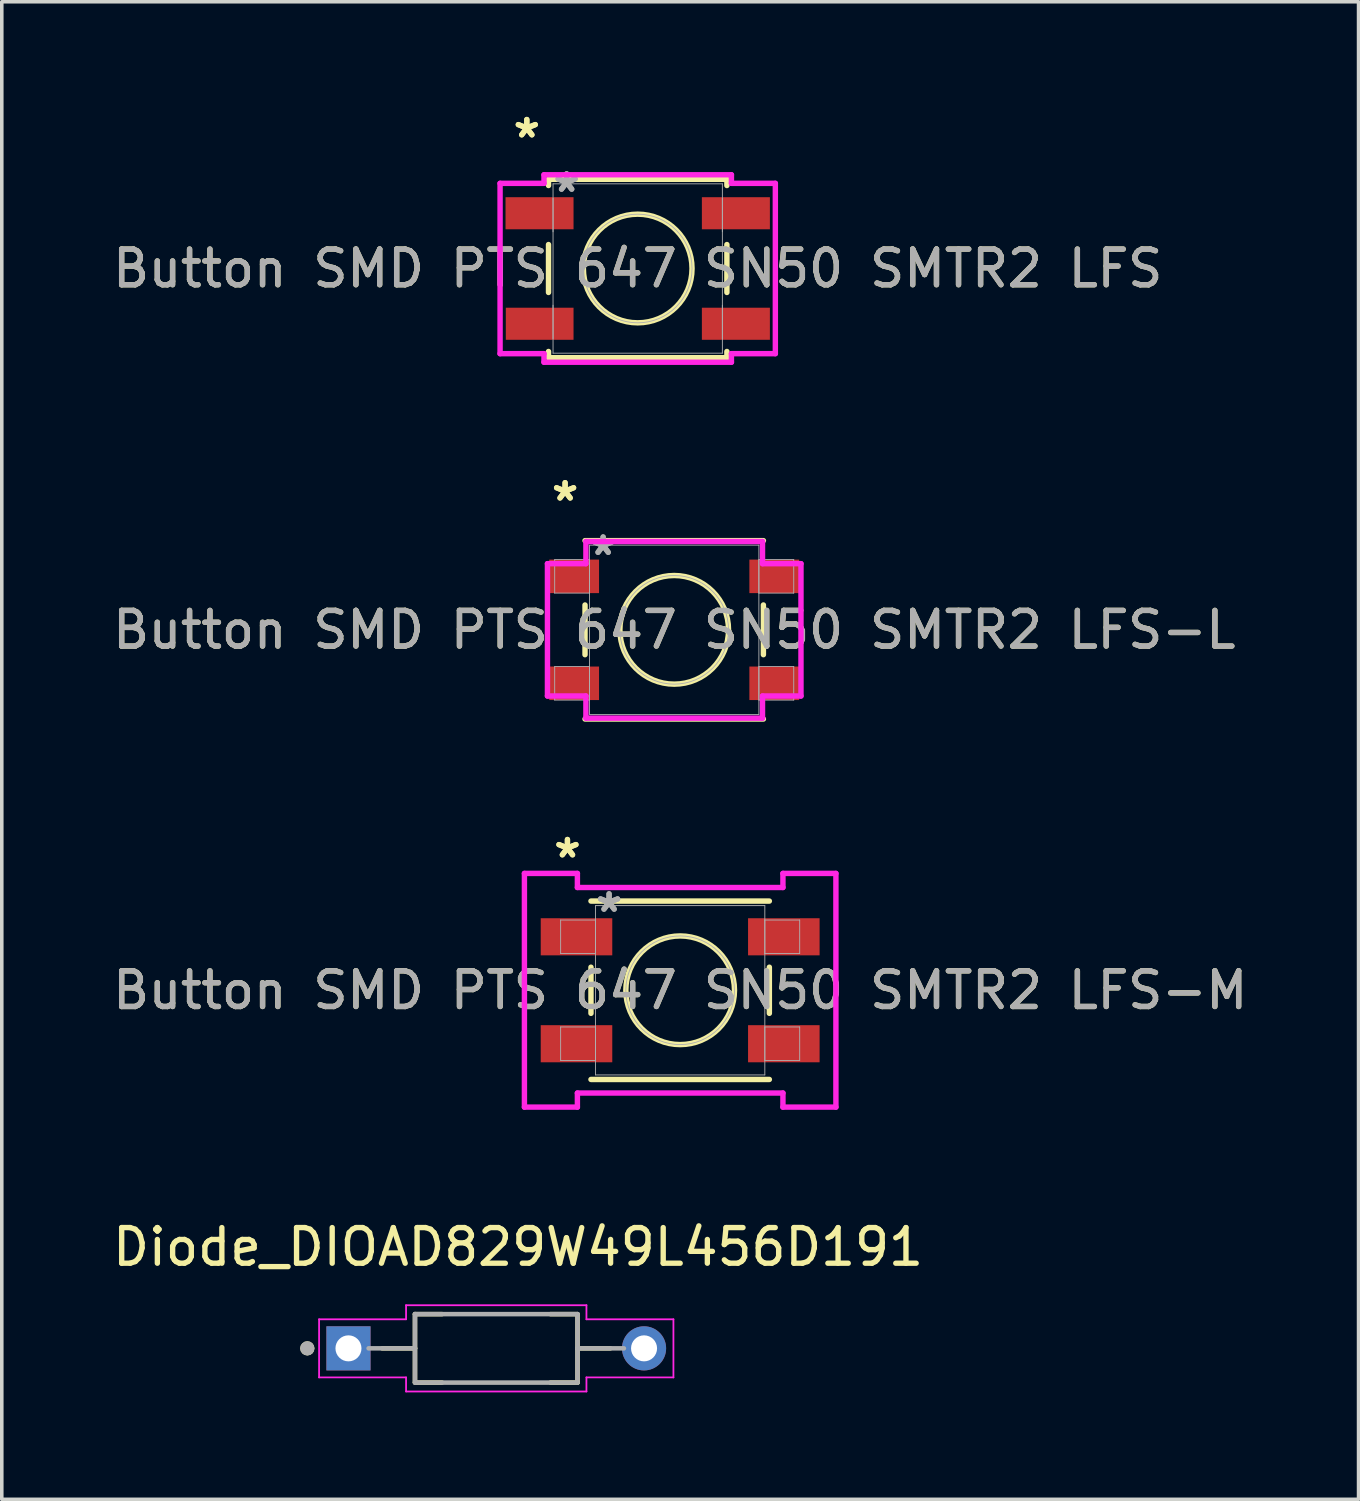
<source format=kicad_pcb>
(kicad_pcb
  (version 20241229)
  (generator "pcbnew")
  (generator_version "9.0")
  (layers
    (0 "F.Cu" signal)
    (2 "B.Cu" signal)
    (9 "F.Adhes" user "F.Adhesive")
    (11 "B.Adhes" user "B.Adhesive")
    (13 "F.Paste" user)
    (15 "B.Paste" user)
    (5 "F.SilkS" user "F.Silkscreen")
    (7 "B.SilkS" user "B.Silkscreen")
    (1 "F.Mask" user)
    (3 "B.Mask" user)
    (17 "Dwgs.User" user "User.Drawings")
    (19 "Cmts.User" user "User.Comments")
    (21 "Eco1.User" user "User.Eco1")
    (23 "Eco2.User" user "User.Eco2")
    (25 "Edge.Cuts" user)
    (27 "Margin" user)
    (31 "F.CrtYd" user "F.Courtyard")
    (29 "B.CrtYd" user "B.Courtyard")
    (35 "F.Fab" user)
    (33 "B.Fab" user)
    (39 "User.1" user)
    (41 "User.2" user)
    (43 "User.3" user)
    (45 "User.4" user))
  (footprint "Diode_DIOAD829W49L456D191"
    (layer "F.Cu")
    (at 10.871 34.774)
    (property "Reference" "Diode_DIOAD829W49L456D191" (at 0.612 -2.843 0) (layer "F.SilkS") (effects (font (size 1 1) (thickness 0.15))))
    (attr through_hole)
    (fp_line (start -2.28 -0.96) (end -2.28 0) (stroke (width 0.127) (type solid)) (layer "F.SilkS"))
    (fp_line (start -2.28 -0.96) (end -1.52 -0.96) (stroke (width 0.127) (type solid)) (layer "F.SilkS"))
    (fp_line (start -2.28 0) (end -3.2 0) (stroke (width 0.127) (type solid)) (layer "F.SilkS"))
    (fp_line (start -2.28 0) (end -2.28 0.95) (stroke (width 0.127) (type solid)) (layer "F.SilkS"))
    (fp_line (start -2.28 0.96) (end -1.52 0.96) (stroke (width 0.127) (type solid)) (layer "F.SilkS"))
    (fp_line (start 1.52 -0.96) (end 2.28 -0.96) (stroke (width 0.127) (type solid)) (layer "F.SilkS"))
    (fp_line (start 1.52 0.96) (end 2.28 0.96) (stroke (width 0.127) (type solid)) (layer "F.SilkS"))
    (fp_line (start 2.28 -0.95) (end 2.28 0) (stroke (width 0.127) (type solid)) (layer "F.SilkS"))
    (fp_line (start 2.28 0) (end 2.28 0.96) (stroke (width 0.127) (type solid)) (layer "F.SilkS"))
    (fp_line (start 3.2 0) (end 2.28 0) (stroke (width 0.127) (type solid)) (layer "F.SilkS"))
    (fp_circle (center -5.3 0) (end -5.2 0) (stroke (width 0.2) (type solid)) (fill no) (layer "F.SilkS"))
    (fp_line (start -4.97 -0.815) (end -4.97 0.815) (stroke (width 0.05) (type solid)) (layer "F.CrtYd"))
    (fp_line (start -2.53 -1.21) (end -2.53 -0.815) (stroke (width 0.05) (type solid)) (layer "F.CrtYd"))
    (fp_line (start -2.53 -1.21) (end 2.53 -1.21) (stroke (width 0.05) (type solid)) (layer "F.CrtYd"))
    (fp_line (start -2.53 -0.815) (end -4.97 -0.815) (stroke (width 0.05) (type solid)) (layer "F.CrtYd"))
    (fp_line (start -2.53 0.815) (end -4.97 0.815) (stroke (width 0.05) (type solid)) (layer "F.CrtYd"))
    (fp_line (start -2.53 1.21) (end -2.53 0.815) (stroke (width 0.05) (type solid)) (layer "F.CrtYd"))
    (fp_line (start 2.53 -1.21) (end 2.53 -0.815) (stroke (width 0.05) (type solid)) (layer "F.CrtYd"))
    (fp_line (start 2.53 1.21) (end -2.53 1.21) (stroke (width 0.05) (type solid)) (layer "F.CrtYd"))
    (fp_line (start 2.53 1.21) (end 2.53 0.815) (stroke (width 0.05) (type solid)) (layer "F.CrtYd"))
    (fp_line (start 4.97 -0.815) (end 2.53 -0.815) (stroke (width 0.05) (type solid)) (layer "F.CrtYd"))
    (fp_line (start 4.97 -0.815) (end 4.97 0.815) (stroke (width 0.05) (type solid)) (layer "F.CrtYd"))
    (fp_line (start 4.97 0.815) (end 2.53 0.815) (stroke (width 0.05) (type solid)) (layer "F.CrtYd"))
    (fp_line (start -3.581 0) (end -2.28 0) (stroke (width 0.127) (type solid)) (layer "F.Fab"))
    (fp_line (start -2.28 -0.96) (end -2.28 0) (stroke (width 0.127) (type solid)) (layer "F.Fab"))
    (fp_line (start -2.28 -0.96) (end 2.28 -0.96) (stroke (width 0.127) (type solid)) (layer "F.Fab"))
    (fp_line (start -2.28 0) (end -2.28 0.96) (stroke (width 0.127) (type solid)) (layer "F.Fab"))
    (fp_line (start -2.28 0.96) (end 2.28 0.96) (stroke (width 0.127) (type solid)) (layer "F.Fab"))
    (fp_line (start 2.28 -0.96) (end 2.28 0) (stroke (width 0.127) (type solid)) (layer "F.Fab"))
    (fp_line (start 2.28 0) (end 2.28 0.96) (stroke (width 0.127) (type solid)) (layer "F.Fab"))
    (fp_line (start 2.28 0) (end 3.581 0) (stroke (width 0.127) (type solid)) (layer "F.Fab"))
    (fp_circle (center -5.3 0) (end -5.2 0) (stroke (width 0.2) (type solid)) (fill no) (layer "F.Fab"))
    (pad "1" thru_hole rect (at -4.146 0) (size 1.238 1.238) (drill 0.73) (layers "*.Cu" "*.Mask"))
    (pad "2" thru_hole circle (at 4.146 0) (size 1.238 1.238) (drill 0.73) (layers "*.Cu" "*.Mask")))
  (footprint "Button SMD PTS 647 SN50 SMTR2 LFS-L"
    (layer "F.Cu")
    (at 15.863 14.618)
    (property "Reference" "Button SMD PTS 647 SN50 SMTR2 LFS-L" (at 0 0 0) (unlocked yes) (layer "F.SilkS") (effects (font (size 1 1) (thickness 0.15))))
    (attr smd)
    (fp_line (start -2.502 -0.697) (end -2.502 0.697) (stroke (width 0.152) (type solid)) (layer "F.SilkS"))
    (fp_line (start -2.502 2.502) (end 2.502 2.502) (stroke (width 0.152) (type solid)) (layer "F.SilkS"))
    (fp_line (start 2.502 -2.502) (end -2.502 -2.502) (stroke (width 0.152) (type solid)) (layer "F.SilkS"))
    (fp_line (start 2.502 0.697) (end 2.502 -0.697) (stroke (width 0.152) (type solid)) (layer "F.SilkS"))
    (fp_circle (center 0 0) (end 1.524 0) (stroke (width 0.152) (type solid)) (fill no) (layer "F.SilkS"))
    (fp_line (start -3.556 -1.856) (end -2.477 -1.856) (stroke (width 0.152) (type solid)) (layer "F.CrtYd"))
    (fp_line (start -3.556 1.856) (end -3.556 -1.856) (stroke (width 0.152) (type solid)) (layer "F.CrtYd"))
    (fp_line (start -2.477 -2.477) (end 2.477 -2.477) (stroke (width 0.152) (type solid)) (layer "F.CrtYd"))
    (fp_line (start -2.477 -1.856) (end -2.477 -2.477) (stroke (width 0.152) (type solid)) (layer "F.CrtYd"))
    (fp_line (start -2.477 1.856) (end -3.556 1.856) (stroke (width 0.152) (type solid)) (layer "F.CrtYd"))
    (fp_line (start -2.477 2.477) (end -2.477 1.856) (stroke (width 0.152) (type solid)) (layer "F.CrtYd"))
    (fp_line (start 2.477 -2.477) (end 2.477 -1.856) (stroke (width 0.152) (type solid)) (layer "F.CrtYd"))
    (fp_line (start 2.477 -1.856) (end 3.556 -1.856) (stroke (width 0.152) (type solid)) (layer "F.CrtYd"))
    (fp_line (start 2.477 1.856) (end 2.477 2.477) (stroke (width 0.152) (type solid)) (layer "F.CrtYd"))
    (fp_line (start 2.477 2.477) (end -2.477 2.477) (stroke (width 0.152) (type solid)) (layer "F.CrtYd"))
    (fp_line (start 3.556 -1.856) (end 3.556 1.856) (stroke (width 0.152) (type solid)) (layer "F.CrtYd"))
    (fp_line (start 3.556 1.856) (end 2.477 1.856) (stroke (width 0.152) (type solid)) (layer "F.CrtYd"))
    (fp_line (start -3.353 -1.97) (end -3.353 -1.03) (stroke (width 0.025) (type solid)) (layer "F.Fab"))
    (fp_line (start -3.353 -1.03) (end -2.375 -1.03) (stroke (width 0.025) (type solid)) (layer "F.Fab"))
    (fp_line (start -3.353 1.03) (end -3.353 1.97) (stroke (width 0.025) (type solid)) (layer "F.Fab"))
    (fp_line (start -3.353 1.97) (end -2.375 1.97) (stroke (width 0.025) (type solid)) (layer "F.Fab"))
    (fp_line (start -2.375 -2.375) (end -2.375 2.375) (stroke (width 0.025) (type solid)) (layer "F.Fab"))
    (fp_line (start -2.375 -1.97) (end -3.353 -1.97) (stroke (width 0.025) (type solid)) (layer "F.Fab"))
    (fp_line (start -2.375 -1.03) (end -2.375 -1.97) (stroke (width 0.025) (type solid)) (layer "F.Fab"))
    (fp_line (start -2.375 1.03) (end -3.353 1.03) (stroke (width 0.025) (type solid)) (layer "F.Fab"))
    (fp_line (start -2.375 1.97) (end -2.375 1.03) (stroke (width 0.025) (type solid)) (layer "F.Fab"))
    (fp_line (start -2.375 2.375) (end 2.375 2.375) (stroke (width 0.025) (type solid)) (layer "F.Fab"))
    (fp_line (start 2.375 -2.375) (end -2.375 -2.375) (stroke (width 0.025) (type solid)) (layer "F.Fab"))
    (fp_line (start 2.375 -1.97) (end 2.375 -1.03) (stroke (width 0.025) (type solid)) (layer "F.Fab"))
    (fp_line (start 2.375 -1.03) (end 3.353 -1.03) (stroke (width 0.025) (type solid)) (layer "F.Fab"))
    (fp_line (start 2.375 1.03) (end 2.375 1.97) (stroke (width 0.025) (type solid)) (layer "F.Fab"))
    (fp_line (start 2.375 1.97) (end 3.353 1.97) (stroke (width 0.025) (type solid)) (layer "F.Fab"))
    (fp_line (start 2.375 2.375) (end 2.375 -2.375) (stroke (width 0.025) (type solid)) (layer "F.Fab"))
    (fp_line (start 3.353 -1.97) (end 2.375 -1.97) (stroke (width 0.025) (type solid)) (layer "F.Fab"))
    (fp_line (start 3.353 -1.03) (end 3.353 -1.97) (stroke (width 0.025) (type solid)) (layer "F.Fab"))
    (fp_line (start 3.353 1.03) (end 2.375 1.03) (stroke (width 0.025) (type solid)) (layer "F.Fab"))
    (fp_line (start 3.353 1.97) (end 3.353 1.03) (stroke (width 0.025) (type solid)) (layer "F.Fab"))
    (fp_circle (center 0 0) (end 1.524 0) (stroke (width 0.025) (type solid)) (fill no) (layer "F.Fab"))
    (fp_text user "*" (at -3.061 -3.583 0) (unlocked yes) (layer "F.SilkS") (effects (font (size 1 1) (thickness 0.15))))
    (fp_text user "*" (at -3.061 -3.583 0) (layer "F.SilkS") (effects (font (size 1 1) (thickness 0.15))))
    (fp_text user "${REFERENCE}" (at 0 0 0) (unlocked yes) (layer "F.Fab") (effects (font (size 1 1) (thickness 0.15))))
    (fp_text user "*" (at -1.994 -2.059 0) (unlocked yes) (layer "F.Fab") (effects (font (size 1 1) (thickness 0.15))))
    (fp_text user "*" (at -1.994 -2.059 0) (layer "F.Fab") (effects (font (size 1 1) (thickness 0.15))))
    (pad "1" smd rect (at -2.807 -1.5) (size 1.397 0.94) (layers "F.Cu" "F.Mask" "F.Paste"))
    (pad "2" smd rect (at 2.807 -1.5) (size 1.397 0.94) (layers "F.Cu" "F.Mask" "F.Paste"))
    (pad "3" smd rect (at -2.807 1.5) (size 1.397 0.94) (layers "F.Cu" "F.Mask" "F.Paste"))
    (pad "4" smd rect (at 2.807 1.5) (size 1.397 0.94) (layers "F.Cu" "F.Mask" "F.Paste")))
  (footprint "Button SMD PTS 647 SN50 SMTR2 LFS"
    (layer "F.Cu")
    (at 14.839 4.482)
    (property "Reference" "Button SMD PTS 647 SN50 SMTR2 LFS" (at 0 0 0) (unlocked yes) (layer "F.SilkS") (effects (font (size 1 1) (thickness 0.15))))
    (attr smd)
    (fp_line (start -2.502 -2.502) (end -2.502 -2.328) (stroke (width 0.152) (type solid)) (layer "F.SilkS"))
    (fp_line (start -2.502 -0.672) (end -2.502 0.672) (stroke (width 0.152) (type solid)) (layer "F.SilkS"))
    (fp_line (start -2.502 2.328) (end -2.502 2.502) (stroke (width 0.152) (type solid)) (layer "F.SilkS"))
    (fp_line (start -2.502 2.502) (end 2.502 2.502) (stroke (width 0.152) (type solid)) (layer "F.SilkS"))
    (fp_line (start 2.502 -2.502) (end -2.502 -2.502) (stroke (width 0.152) (type solid)) (layer "F.SilkS"))
    (fp_line (start 2.502 -2.328) (end 2.502 -2.502) (stroke (width 0.152) (type solid)) (layer "F.SilkS"))
    (fp_line (start 2.502 0.672) (end 2.502 -0.672) (stroke (width 0.152) (type solid)) (layer "F.SilkS"))
    (fp_line (start 2.502 2.502) (end 2.502 2.328) (stroke (width 0.152) (type solid)) (layer "F.SilkS"))
    (fp_circle (center 0 0) (end 1.524 0) (stroke (width 0.152) (type solid)) (fill no) (layer "F.SilkS"))
    (fp_line (start -3.861 -2.389) (end -2.629 -2.389) (stroke (width 0.152) (type solid)) (layer "F.CrtYd"))
    (fp_line (start -3.861 2.389) (end -3.861 -2.389) (stroke (width 0.152) (type solid)) (layer "F.CrtYd"))
    (fp_line (start -2.629 -2.629) (end 2.629 -2.629) (stroke (width 0.152) (type solid)) (layer "F.CrtYd"))
    (fp_line (start -2.629 -2.389) (end -2.629 -2.629) (stroke (width 0.152) (type solid)) (layer "F.CrtYd"))
    (fp_line (start -2.629 2.389) (end -3.861 2.389) (stroke (width 0.152) (type solid)) (layer "F.CrtYd"))
    (fp_line (start -2.629 2.629) (end -2.629 2.389) (stroke (width 0.152) (type solid)) (layer "F.CrtYd"))
    (fp_line (start 2.629 -2.629) (end 2.629 -2.389) (stroke (width 0.152) (type solid)) (layer "F.CrtYd"))
    (fp_line (start 2.629 -2.389) (end 3.861 -2.389) (stroke (width 0.152) (type solid)) (layer "F.CrtYd"))
    (fp_line (start 2.629 2.389) (end 2.629 2.629) (stroke (width 0.152) (type solid)) (layer "F.CrtYd"))
    (fp_line (start 2.629 2.629) (end -2.629 2.629) (stroke (width 0.152) (type solid)) (layer "F.CrtYd"))
    (fp_line (start 3.861 -2.389) (end 3.861 2.389) (stroke (width 0.152) (type solid)) (layer "F.CrtYd"))
    (fp_line (start 3.861 2.389) (end 2.629 2.389) (stroke (width 0.152) (type solid)) (layer "F.CrtYd"))
    (fp_line (start -2.375 -2.375) (end -2.375 2.375) (stroke (width 0.025) (type solid)) (layer "F.Fab"))
    (fp_line (start -2.375 -1.03) (end -2.375 -1.97) (stroke (width 0.025) (type solid)) (layer "F.Fab"))
    (fp_line (start -2.375 1.97) (end -2.375 1.03) (stroke (width 0.025) (type solid)) (layer "F.Fab"))
    (fp_line (start -2.375 2.375) (end 2.375 2.375) (stroke (width 0.025) (type solid)) (layer "F.Fab"))
    (fp_line (start 2.375 -2.375) (end -2.375 -2.375) (stroke (width 0.025) (type solid)) (layer "F.Fab"))
    (fp_line (start 2.375 -1.97) (end 2.375 -1.03) (stroke (width 0.025) (type solid)) (layer "F.Fab"))
    (fp_line (start 2.375 1.03) (end 2.375 1.97) (stroke (width 0.025) (type solid)) (layer "F.Fab"))
    (fp_line (start 2.375 2.375) (end 2.375 -2.375) (stroke (width 0.025) (type solid)) (layer "F.Fab"))
    (fp_circle (center 0 0) (end 1.524 0) (stroke (width 0.025) (type solid)) (fill no) (layer "F.Fab"))
    (fp_text user "*" (at -3.111 -3.634 0) (layer "F.SilkS") (effects (font (size 1 1) (thickness 0.15))))
    (fp_text user "*" (at -3.111 -3.634 0) (unlocked yes) (layer "F.SilkS") (effects (font (size 1 1) (thickness 0.15))))
    (fp_text user "*" (at -1.994 -2.11 0) (unlocked yes) (layer "F.Fab") (effects (font (size 1 1) (thickness 0.15))))
    (fp_text user "*" (at -1.994 -2.11 0) (layer "F.Fab") (effects (font (size 1 1) (thickness 0.15))))
    (fp_text user "${REFERENCE}" (at 0 0 0) (unlocked yes) (layer "F.Fab") (effects (font (size 1 1) (thickness 0.15))))
    (pad "1" smd rect (at -2.754 -1.55) (size 1.908 0.9) (layers "F.Cu" "F.Mask" "F.Paste"))
    (pad "2" smd rect (at 2.754 -1.55) (size 1.908 0.9) (layers "F.Cu" "F.Mask" "F.Paste"))
    (pad "3" smd rect (at -2.75 1.55) (size 1.9 0.9) (layers "F.Cu" "F.Mask" "F.Paste"))
    (pad "4" smd rect (at 2.754 1.55) (size 1.908 0.9) (layers "F.Cu" "F.Mask" "F.Paste")))
  (footprint "Button SMD PTS 647 SN50 SMTR2 LFS-M"
    (layer "F.Cu")
    (at 16.03 24.729)
    (property "Reference" "Button SMD PTS 647 SN50 SMTR2 LFS-M" (at 0 0 0) (unlocked yes) (layer "F.SilkS") (effects (font (size 1 1) (thickness 0.15))))
    (attr smd)
    (fp_line (start -2.502 -0.647) (end -2.502 0.647) (stroke (width 0.152) (type solid)) (layer "F.SilkS"))
    (fp_line (start -2.502 2.502) (end 2.502 2.502) (stroke (width 0.152) (type solid)) (layer "F.SilkS"))
    (fp_line (start 2.502 -2.502) (end -2.502 -2.502) (stroke (width 0.152) (type solid)) (layer "F.SilkS"))
    (fp_line (start 2.502 0.647) (end 2.502 -0.647) (stroke (width 0.152) (type solid)) (layer "F.SilkS"))
    (fp_circle (center 0 0) (end 1.524 0) (stroke (width 0.152) (type solid)) (fill no) (layer "F.SilkS"))
    (fp_line (start -4.369 -3.278) (end -2.883 -3.278) (stroke (width 0.152) (type solid)) (layer "F.CrtYd"))
    (fp_line (start -4.369 3.278) (end -4.369 -3.278) (stroke (width 0.152) (type solid)) (layer "F.CrtYd"))
    (fp_line (start -2.883 -3.278) (end -2.883 -2.883) (stroke (width 0.152) (type solid)) (layer "F.CrtYd"))
    (fp_line (start -2.883 -2.883) (end 2.883 -2.883) (stroke (width 0.152) (type solid)) (layer "F.CrtYd"))
    (fp_line (start -2.883 2.883) (end -2.883 3.278) (stroke (width 0.152) (type solid)) (layer "F.CrtYd"))
    (fp_line (start -2.883 3.278) (end -4.369 3.278) (stroke (width 0.152) (type solid)) (layer "F.CrtYd"))
    (fp_line (start 2.883 -3.278) (end 4.369 -3.278) (stroke (width 0.152) (type solid)) (layer "F.CrtYd"))
    (fp_line (start 2.883 -2.883) (end 2.883 -3.278) (stroke (width 0.152) (type solid)) (layer "F.CrtYd"))
    (fp_line (start 2.883 2.883) (end -2.883 2.883) (stroke (width 0.152) (type solid)) (layer "F.CrtYd"))
    (fp_line (start 2.883 3.278) (end 2.883 2.883) (stroke (width 0.152) (type solid)) (layer "F.CrtYd"))
    (fp_line (start 4.369 -3.278) (end 4.369 3.278) (stroke (width 0.152) (type solid)) (layer "F.CrtYd"))
    (fp_line (start 4.369 3.278) (end 2.883 3.278) (stroke (width 0.152) (type solid)) (layer "F.CrtYd"))
    (fp_line (start -3.353 -1.97) (end -3.353 -1.03) (stroke (width 0.025) (type solid)) (layer "F.Fab"))
    (fp_line (start -3.353 -1.03) (end -2.375 -1.03) (stroke (width 0.025) (type solid)) (layer "F.Fab"))
    (fp_line (start -3.353 1.03) (end -3.353 1.97) (stroke (width 0.025) (type solid)) (layer "F.Fab"))
    (fp_line (start -3.353 1.97) (end -2.375 1.97) (stroke (width 0.025) (type solid)) (layer "F.Fab"))
    (fp_line (start -2.375 -2.375) (end -2.375 2.375) (stroke (width 0.025) (type solid)) (layer "F.Fab"))
    (fp_line (start -2.375 -1.97) (end -3.353 -1.97) (stroke (width 0.025) (type solid)) (layer "F.Fab"))
    (fp_line (start -2.375 -1.03) (end -2.375 -1.97) (stroke (width 0.025) (type solid)) (layer "F.Fab"))
    (fp_line (start -2.375 1.03) (end -3.353 1.03) (stroke (width 0.025) (type solid)) (layer "F.Fab"))
    (fp_line (start -2.375 1.97) (end -2.375 1.03) (stroke (width 0.025) (type solid)) (layer "F.Fab"))
    (fp_line (start -2.375 2.375) (end 2.375 2.375) (stroke (width 0.025) (type solid)) (layer "F.Fab"))
    (fp_line (start 2.375 -2.375) (end -2.375 -2.375) (stroke (width 0.025) (type solid)) (layer "F.Fab"))
    (fp_line (start 2.375 -1.97) (end 2.375 -1.03) (stroke (width 0.025) (type solid)) (layer "F.Fab"))
    (fp_line (start 2.375 -1.03) (end 3.353 -1.03) (stroke (width 0.025) (type solid)) (layer "F.Fab"))
    (fp_line (start 2.375 1.03) (end 2.375 1.97) (stroke (width 0.025) (type solid)) (layer "F.Fab"))
    (fp_line (start 2.375 1.97) (end 3.353 1.97) (stroke (width 0.025) (type solid)) (layer "F.Fab"))
    (fp_line (start 2.375 2.375) (end 2.375 -2.375) (stroke (width 0.025) (type solid)) (layer "F.Fab"))
    (fp_line (start 3.353 -1.97) (end 2.375 -1.97) (stroke (width 0.025) (type solid)) (layer "F.Fab"))
    (fp_line (start 3.353 -1.03) (end 3.353 -1.97) (stroke (width 0.025) (type solid)) (layer "F.Fab"))
    (fp_line (start 3.353 1.03) (end 2.375 1.03) (stroke (width 0.025) (type solid)) (layer "F.Fab"))
    (fp_line (start 3.353 1.97) (end 3.353 1.03) (stroke (width 0.025) (type solid)) (layer "F.Fab"))
    (fp_circle (center 0 0) (end 1.524 0) (stroke (width 0.025) (type solid)) (fill no) (layer "F.Fab"))
    (fp_text user "*" (at -3.162 -3.684 0) (unlocked yes) (layer "F.SilkS") (effects (font (size 1 1) (thickness 0.15))))
    (fp_text user "*" (at -3.162 -3.684 0) (layer "F.SilkS") (effects (font (size 1 1) (thickness 0.15))))
    (fp_text user "${REFERENCE}" (at 0 0 0) (unlocked yes) (layer "F.Fab") (effects (font (size 1 1) (thickness 0.15))))
    (fp_text user "*" (at -1.994 -2.16 0) (unlocked yes) (layer "F.Fab") (effects (font (size 1 1) (thickness 0.15))))
    (fp_text user "*" (at -1.994 -2.16 0) (layer "F.Fab") (effects (font (size 1 1) (thickness 0.15))))
    (pad "1" smd rect (at -2.908 -1.5) (size 2.007 1.041) (layers "F.Cu" "F.Mask" "F.Paste"))
    (pad "2" smd rect (at 2.908 -1.5) (size 2.007 1.041) (layers "F.Cu" "F.Mask" "F.Paste"))
    (pad "3" smd rect (at -2.908 1.5) (size 2.007 1.041) (layers "F.Cu" "F.Mask" "F.Paste"))
    (pad "4" smd rect (at 2.908 1.5) (size 2.007 1.041) (layers "F.Cu" "F.Mask" "F.Paste")))
  (gr_rect
    (start -3 -3)
    (end 35.06 39.009)
    (stroke (width 0.1) (type default))
    (fill no)
    (layer "Edge.Cuts")))
</source>
